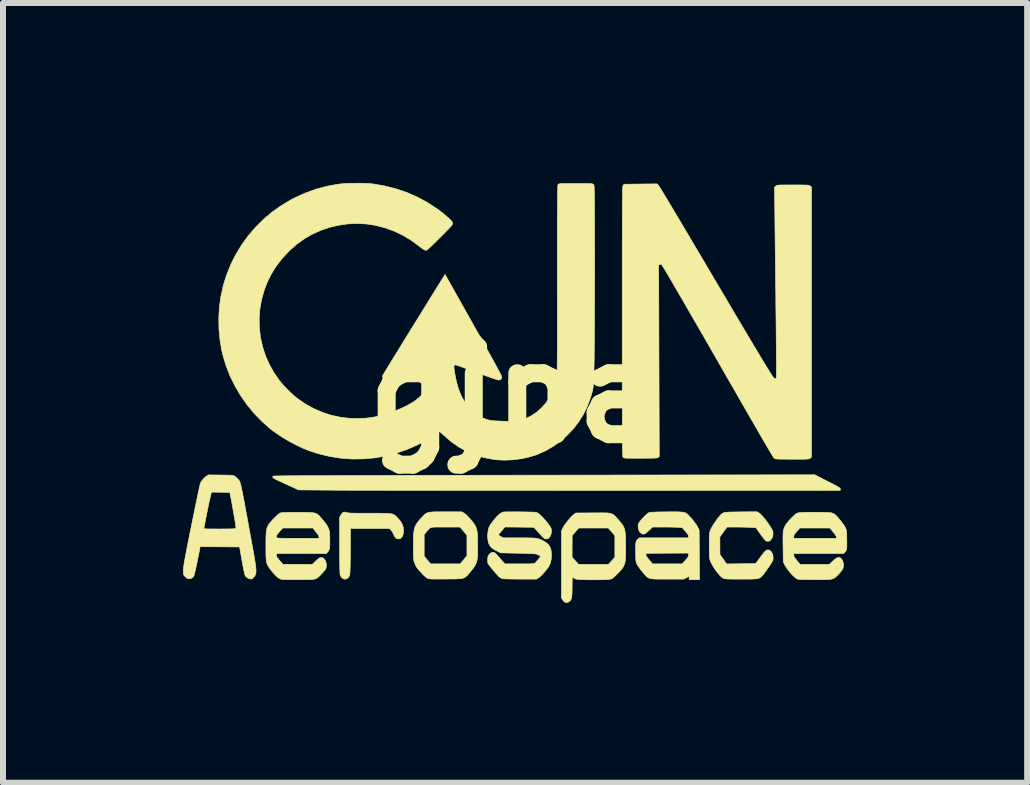
<source format=kicad_pcb>
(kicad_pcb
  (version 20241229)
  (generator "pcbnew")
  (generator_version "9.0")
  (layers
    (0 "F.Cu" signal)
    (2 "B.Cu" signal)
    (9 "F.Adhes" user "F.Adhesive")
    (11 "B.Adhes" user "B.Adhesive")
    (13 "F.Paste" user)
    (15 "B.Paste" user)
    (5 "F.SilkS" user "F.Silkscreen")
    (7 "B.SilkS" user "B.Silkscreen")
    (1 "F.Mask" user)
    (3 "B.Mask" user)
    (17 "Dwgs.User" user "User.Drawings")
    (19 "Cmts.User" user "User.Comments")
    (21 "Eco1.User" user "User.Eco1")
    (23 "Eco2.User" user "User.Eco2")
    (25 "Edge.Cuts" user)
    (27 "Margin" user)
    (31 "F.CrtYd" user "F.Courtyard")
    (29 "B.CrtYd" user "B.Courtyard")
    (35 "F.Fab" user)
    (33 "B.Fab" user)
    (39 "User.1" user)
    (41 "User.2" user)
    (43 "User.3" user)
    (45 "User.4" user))
  (footprint "gjna"
    (layer "F.Cu")
    (at 5.537 3.499)
    (property "Reference" "gjna" (at 0 0 0) (layer "F.SilkS") (effects (font (size 1.524 1.524) (thickness 0.3))))
    (attr through_hole)
    (fp_poly (pts (xy -2.807 1.994) (xy -2.797 1.998) (xy -2.784 2) (xy -2.765 2.002) (xy -2.741 2.004) (xy -2.709 2.005) (xy -2.667 2.006) (xy -2.615 2.007) (xy -2.55 2.007) (xy -2.472 2.007) (xy -2.419 2.007) (xy -2.33 2.007) (xy -2.255 2.007) (xy -2.194 2.008) (xy -2.144 2.009) (xy -2.105 2.011) (xy -2.073 2.015) (xy -2.048 2.019) (xy -2.028 2.026) (xy -2.012 2.035) (xy -1.997 2.047) (xy -1.982 2.061) (xy -1.966 2.078) (xy -1.953 2.091) (xy -1.91 2.141) (xy -1.882 2.19) (xy -1.865 2.241) (xy -1.86 2.297) (xy -1.861 2.321) (xy -1.869 2.366) (xy -1.885 2.401) (xy -1.908 2.425) (xy -1.935 2.435) (xy -1.967 2.431) (xy -1.976 2.427) (xy -1.993 2.415) (xy -2.007 2.397) (xy -2.021 2.368) (xy -2.024 2.361) (xy -2.041 2.327) (xy -2.06 2.298) (xy -2.071 2.285) (xy -2.098 2.261) (xy -2.744 2.261) (xy -2.746 2.64) (xy -2.747 2.731) (xy -2.748 2.806) (xy -2.749 2.868) (xy -2.75 2.918) (xy -2.751 2.958) (xy -2.752 2.988) (xy -2.754 3.011) (xy -2.756 3.028) (xy -2.759 3.04) (xy -2.762 3.049) (xy -2.762 3.049) (xy -2.783 3.081) (xy -2.81 3.1) (xy -2.839 3.106) (xy -2.868 3.097) (xy -2.886 3.083) (xy -2.903 3.061) (xy -2.916 3.039) (xy -2.916 3.037) (xy -2.919 3.023) (xy -2.92 2.992) (xy -2.922 2.945) (xy -2.923 2.882) (xy -2.924 2.803) (xy -2.925 2.707) (xy -2.925 2.596) (xy -2.925 2.545) (xy -2.925 2.076) (xy -2.907 2.04) (xy -2.885 2.007) (xy -2.861 1.99) (xy -2.831 1.988) (xy -2.807 1.994)) (stroke (width 0.01) (type solid)) (fill yes) (layer "F.SilkS"))
    (fp_poly (pts (xy 5.21 1.476) (xy 5.272 1.507) (xy 5.32 1.533) (xy 5.357 1.552) (xy 5.384 1.568) (xy 5.403 1.579) (xy 5.414 1.588) (xy 5.42 1.595) (xy 5.422 1.602) (xy 5.422 1.606) (xy 5.42 1.626) (xy 1.495 1.627) (xy 1.237 1.627) (xy 0.981 1.627) (xy 0.726 1.627) (xy 0.475 1.626) (xy 0.228 1.626) (xy -0.015 1.626) (xy -0.253 1.626) (xy -0.486 1.626) (xy -0.713 1.626) (xy -0.933 1.626) (xy -1.146 1.626) (xy -1.35 1.625) (xy -1.547 1.625) (xy -1.734 1.625) (xy -1.912 1.625) (xy -2.079 1.625) (xy -2.235 1.624) (xy -2.38 1.624) (xy -2.512 1.624) (xy -2.632 1.624) (xy -2.739 1.624) (xy -2.831 1.623) (xy -2.909 1.623) (xy -2.972 1.623) (xy -3.019 1.622) (xy -3.019 1.622) (xy -3.609 1.618) (xy -3.79 1.535) (xy -3.859 1.503) (xy -3.915 1.478) (xy -3.958 1.457) (xy -3.991 1.441) (xy -4.014 1.429) (xy -4.029 1.419) (xy -4.037 1.411) (xy -4.04 1.404) (xy -4.039 1.398) (xy -4.035 1.391) (xy -4.033 1.388) (xy -4.029 1.387) (xy -4.015 1.386) (xy -3.994 1.385) (xy -3.963 1.385) (xy -3.922 1.384) (xy -3.872 1.384) (xy -3.813 1.383) (xy -3.743 1.382) (xy -3.662 1.382) (xy -3.571 1.381) (xy -3.469 1.381) (xy -3.355 1.38) (xy -3.23 1.38) (xy -3.093 1.379) (xy -2.943 1.379) (xy -2.782 1.378) (xy -2.607 1.378) (xy -2.419 1.377) (xy -2.218 1.377) (xy -2.004 1.376) (xy -1.775 1.376) (xy -1.533 1.375) (xy -1.276 1.375) (xy -1.004 1.374) (xy -0.717 1.374) (xy -0.415 1.373) (xy -0.097 1.373) (xy 0.237 1.372) (xy 0.484 1.372) (xy 4.996 1.366) (xy 5.21 1.476)) (stroke (width 0.01) (type solid)) (fill yes) (layer "F.SilkS"))
    (fp_poly (pts (xy 1.496 2.001) (xy 1.539 2.002) (xy 1.573 2.006) (xy 1.6 2.012) (xy 1.623 2.021) (xy 1.642 2.033) (xy 1.661 2.049) (xy 1.68 2.07) (xy 1.703 2.096) (xy 1.719 2.114) (xy 1.751 2.151) (xy 1.777 2.183) (xy 1.798 2.214) (xy 1.814 2.244) (xy 1.825 2.276) (xy 1.833 2.314) (xy 1.839 2.358) (xy 1.842 2.411) (xy 1.843 2.476) (xy 1.844 2.554) (xy 1.844 2.569) (xy 1.843 2.642) (xy 1.843 2.7) (xy 1.841 2.747) (xy 1.838 2.785) (xy 1.834 2.815) (xy 1.828 2.841) (xy 1.82 2.864) (xy 1.809 2.888) (xy 1.8 2.905) (xy 1.787 2.925) (xy 1.765 2.952) (xy 1.737 2.983) (xy 1.706 3.016) (xy 1.674 3.047) (xy 1.646 3.073) (xy 1.624 3.091) (xy 1.615 3.096) (xy 1.602 3.102) (xy 1.584 3.106) (xy 1.56 3.109) (xy 1.527 3.112) (xy 1.483 3.114) (xy 1.434 3.115) (xy 1.372 3.116) (xy 1.304 3.116) (xy 1.235 3.116) (xy 1.173 3.115) (xy 1.147 3.114) (xy 1.096 3.112) (xy 1.059 3.11) (xy 1.032 3.108) (xy 1.014 3.104) (xy 1 3.1) (xy 0.989 3.093) (xy 0.986 3.091) (xy 0.968 3.079) (xy 0.957 3.073) (xy 0.955 3.073) (xy 0.954 3.08) (xy 0.952 3.102) (xy 0.951 3.135) (xy 0.951 3.177) (xy 0.95 3.225) (xy 0.95 3.23) (xy 0.95 3.282) (xy 0.949 3.329) (xy 0.947 3.37) (xy 0.944 3.401) (xy 0.942 3.419) (xy 0.926 3.455) (xy 0.902 3.48) (xy 0.874 3.494) (xy 0.844 3.494) (xy 0.829 3.489) (xy 0.813 3.476) (xy 0.796 3.456) (xy 0.793 3.45) (xy 0.774 3.421) (xy 0.774 2.741) (xy 0.95 2.741) (xy 1.004 2.8) (xy 1.058 2.86) (xy 1.555 2.86) (xy 1.609 2.801) (xy 1.663 2.743) (xy 1.663 2.379) (xy 1.553 2.253) (xy 1.059 2.253) (xy 0.951 2.38) (xy 0.95 2.741) (xy 0.774 2.741) (xy 0.774 2.298) (xy 0.8 2.245) (xy 0.82 2.211) (xy 0.849 2.171) (xy 0.883 2.128) (xy 0.919 2.086) (xy 0.953 2.051) (xy 0.978 2.029) (xy 1.009 2.003) (xy 1.297 2.001) (xy 1.378 2.001) (xy 1.443 2) (xy 1.496 2.001)) (stroke (width 0.01) (type solid)) (fill yes) (layer "F.SilkS"))
    (fp_poly (pts (xy -0.853 2.004) (xy -0.83 2.021) (xy -0.801 2.045) (xy -0.774 2.074) (xy -0.768 2.08) (xy -0.73 2.125) (xy -0.699 2.163) (xy -0.676 2.196) (xy -0.658 2.227) (xy -0.645 2.26) (xy -0.636 2.295) (xy -0.63 2.337) (xy -0.627 2.388) (xy -0.625 2.45) (xy -0.624 2.51) (xy -0.623 2.592) (xy -0.624 2.661) (xy -0.626 2.717) (xy -0.631 2.764) (xy -0.638 2.804) (xy -0.649 2.839) (xy -0.665 2.872) (xy -0.685 2.904) (xy -0.71 2.938) (xy -0.74 2.976) (xy -0.766 3.008) (xy -0.788 3.033) (xy -0.808 3.054) (xy -0.827 3.07) (xy -0.849 3.082) (xy -0.874 3.091) (xy -0.905 3.096) (xy -0.943 3.1) (xy -0.992 3.102) (xy -1.052 3.103) (xy -1.126 3.103) (xy -1.155 3.104) (xy -1.23 3.104) (xy -1.29 3.104) (xy -1.337 3.104) (xy -1.373 3.104) (xy -1.401 3.103) (xy -1.421 3.101) (xy -1.436 3.099) (xy -1.448 3.096) (xy -1.458 3.092) (xy -1.465 3.088) (xy -1.487 3.073) (xy -1.516 3.047) (xy -1.55 3.014) (xy -1.566 2.996) (xy -1.599 2.959) (xy -1.623 2.931) (xy -1.64 2.908) (xy -1.652 2.889) (xy -1.662 2.868) (xy -1.672 2.844) (xy -1.677 2.83) (xy -1.683 2.813) (xy -1.687 2.798) (xy -1.69 2.781) (xy -1.693 2.76) (xy -1.694 2.733) (xy -1.695 2.698) (xy -1.696 2.653) (xy -1.696 2.595) (xy -1.696 2.558) (xy -1.696 2.474) (xy -1.694 2.405) (xy -1.692 2.36) (xy -1.516 2.36) (xy -1.516 2.542) (xy -1.516 2.724) (xy -1.408 2.851) (xy -0.918 2.851) (xy -0.894 2.825) (xy -0.875 2.803) (xy -0.852 2.776) (xy -0.837 2.757) (xy -0.803 2.716) (xy -0.803 2.374) (xy -0.861 2.305) (xy -0.918 2.237) (xy -1.159 2.237) (xy -1.229 2.237) (xy -1.285 2.237) (xy -1.328 2.237) (xy -1.361 2.239) (xy -1.387 2.242) (xy -1.406 2.248) (xy -1.422 2.256) (xy -1.436 2.268) (xy -1.45 2.284) (xy -1.467 2.303) (xy -1.478 2.317) (xy -1.516 2.36) (xy -1.692 2.36) (xy -1.691 2.347) (xy -1.685 2.299) (xy -1.677 2.259) (xy -1.664 2.223) (xy -1.648 2.191) (xy -1.626 2.159) (xy -1.599 2.125) (xy -1.565 2.088) (xy -1.558 2.08) (xy -1.535 2.055) (xy -1.515 2.035) (xy -1.496 2.019) (xy -1.477 2.006) (xy -1.455 1.997) (xy -1.429 1.991) (xy -1.396 1.987) (xy -1.354 1.984) (xy -1.302 1.983) (xy -1.237 1.983) (xy -1.16 1.983) (xy -0.891 1.983) (xy -0.853 2.004)) (stroke (width 0.01) (type solid)) (fill yes) (layer "F.SilkS"))
    (fp_poly (pts (xy 2.717 1.984) (xy 2.759 1.986) (xy 2.792 1.989) (xy 2.817 1.994) (xy 2.838 2) (xy 2.855 2.009) (xy 2.87 2.021) (xy 2.885 2.035) (xy 2.893 2.043) (xy 2.932 2.084) (xy 2.97 2.13) (xy 3.004 2.175) (xy 3.032 2.216) (xy 3.046 2.243) (xy 3.068 2.29) (xy 3.071 2.702) (xy 3.074 3.114) (xy 2.901 3.114) (xy 2.901 3.056) (xy 2.857 3.081) (xy 2.813 3.105) (xy 2.54 3.105) (xy 2.46 3.105) (xy 2.395 3.105) (xy 2.342 3.104) (xy 2.3 3.102) (xy 2.266 3.097) (xy 2.239 3.09) (xy 2.217 3.081) (xy 2.197 3.067) (xy 2.179 3.049) (xy 2.159 3.027) (xy 2.136 2.999) (xy 2.126 2.988) (xy 2.097 2.952) (xy 2.07 2.916) (xy 2.048 2.884) (xy 2.034 2.86) (xy 2.034 2.86) (xy 2.026 2.843) (xy 2.02 2.828) (xy 2.016 2.812) (xy 2.013 2.791) (xy 2.011 2.763) (xy 2.01 2.725) (xy 2.01 2.697) (xy 2.181 2.697) (xy 2.183 2.71) (xy 2.191 2.728) (xy 2.209 2.753) (xy 2.234 2.784) (xy 2.29 2.851) (xy 2.537 2.851) (xy 2.784 2.851) (xy 2.838 2.792) (xy 2.864 2.763) (xy 2.88 2.742) (xy 2.889 2.725) (xy 2.892 2.709) (xy 2.892 2.702) (xy 2.892 2.671) (xy 2.538 2.673) (xy 2.184 2.675) (xy 2.181 2.697) (xy 2.01 2.697) (xy 2.009 2.674) (xy 2.009 2.66) (xy 2.008 2.599) (xy 2.009 2.552) (xy 2.011 2.517) (xy 2.015 2.491) (xy 2.021 2.472) (xy 2.031 2.456) (xy 2.044 2.443) (xy 2.05 2.437) (xy 2.074 2.417) (xy 2.892 2.417) (xy 2.892 2.394) (xy 2.888 2.377) (xy 2.875 2.354) (xy 2.851 2.323) (xy 2.84 2.309) (xy 2.787 2.248) (xy 2.724 2.242) (xy 2.696 2.241) (xy 2.656 2.239) (xy 2.607 2.238) (xy 2.551 2.237) (xy 2.493 2.237) (xy 2.477 2.237) (xy 2.293 2.237) (xy 2.234 2.291) (xy 2.2 2.321) (xy 2.174 2.341) (xy 2.154 2.352) (xy 2.136 2.355) (xy 2.119 2.351) (xy 2.11 2.347) (xy 2.083 2.326) (xy 2.064 2.294) (xy 2.052 2.255) (xy 2.051 2.213) (xy 2.057 2.182) (xy 2.067 2.163) (xy 2.087 2.136) (xy 2.114 2.104) (xy 2.143 2.072) (xy 2.174 2.042) (xy 2.201 2.017) (xy 2.223 2.001) (xy 2.225 2.001) (xy 2.233 1.997) (xy 2.245 1.994) (xy 2.263 1.991) (xy 2.287 1.989) (xy 2.32 1.988) (xy 2.364 1.986) (xy 2.42 1.985) (xy 2.49 1.985) (xy 2.519 1.984) (xy 2.599 1.983) (xy 2.664 1.983) (xy 2.717 1.984)) (stroke (width 0.01) (type solid)) (fill yes) (layer "F.SilkS"))
    (fp_poly (pts (xy 4.068 2.003) (xy 4.09 2.02) (xy 4.117 2.048) (xy 4.148 2.084) (xy 4.181 2.125) (xy 4.213 2.169) (xy 4.243 2.212) (xy 4.269 2.252) (xy 4.287 2.286) (xy 4.297 2.312) (xy 4.298 2.315) (xy 4.3 2.355) (xy 4.294 2.394) (xy 4.279 2.429) (xy 4.259 2.456) (xy 4.235 2.472) (xy 4.219 2.474) (xy 4.195 2.472) (xy 4.179 2.466) (xy 4.169 2.457) (xy 4.152 2.437) (xy 4.13 2.408) (xy 4.104 2.374) (xy 4.089 2.353) (xy 4.014 2.248) (xy 3.915 2.242) (xy 3.871 2.24) (xy 3.816 2.239) (xy 3.757 2.238) (xy 3.698 2.237) (xy 3.674 2.237) (xy 3.532 2.237) (xy 3.501 2.28) (xy 3.478 2.311) (xy 3.454 2.344) (xy 3.441 2.363) (xy 3.413 2.403) (xy 3.414 2.549) (xy 3.415 2.695) (xy 3.525 2.852) (xy 3.767 2.849) (xy 4.01 2.847) (xy 4.047 2.797) (xy 4.071 2.764) (xy 4.099 2.726) (xy 4.125 2.691) (xy 4.125 2.691) (xy 4.147 2.663) (xy 4.169 2.64) (xy 4.187 2.625) (xy 4.19 2.623) (xy 4.218 2.617) (xy 4.245 2.626) (xy 4.269 2.647) (xy 4.287 2.678) (xy 4.299 2.716) (xy 4.301 2.75) (xy 4.3 2.772) (xy 4.296 2.791) (xy 4.286 2.813) (xy 4.27 2.841) (xy 4.26 2.856) (xy 4.236 2.892) (xy 4.206 2.934) (xy 4.177 2.976) (xy 4.162 2.996) (xy 4.142 3.023) (xy 4.124 3.046) (xy 4.107 3.064) (xy 4.09 3.078) (xy 4.069 3.088) (xy 4.044 3.096) (xy 4.013 3.101) (xy 3.973 3.103) (xy 3.923 3.105) (xy 3.86 3.105) (xy 3.784 3.105) (xy 3.764 3.105) (xy 3.69 3.105) (xy 3.631 3.105) (xy 3.584 3.104) (xy 3.548 3.103) (xy 3.521 3.102) (xy 3.501 3.1) (xy 3.487 3.097) (xy 3.476 3.094) (xy 3.466 3.09) (xy 3.464 3.088) (xy 3.441 3.071) (xy 3.413 3.043) (xy 3.381 3.006) (xy 3.348 2.963) (xy 3.317 2.918) (xy 3.289 2.873) (xy 3.267 2.832) (xy 3.255 2.805) (xy 3.249 2.787) (xy 3.245 2.771) (xy 3.242 2.753) (xy 3.239 2.731) (xy 3.238 2.702) (xy 3.237 2.664) (xy 3.237 2.615) (xy 3.236 2.552) (xy 3.236 2.551) (xy 3.237 2.483) (xy 3.237 2.429) (xy 3.239 2.388) (xy 3.241 2.355) (xy 3.244 2.33) (xy 3.248 2.311) (xy 3.25 2.305) (xy 3.261 2.277) (xy 3.28 2.24) (xy 3.306 2.197) (xy 3.335 2.152) (xy 3.366 2.108) (xy 3.395 2.07) (xy 3.409 2.054) (xy 3.424 2.037) (xy 3.438 2.023) (xy 3.451 2.011) (xy 3.467 2.003) (xy 3.486 1.996) (xy 3.511 1.992) (xy 3.544 1.989) (xy 3.586 1.987) (xy 3.639 1.986) (xy 3.706 1.985) (xy 3.763 1.984) (xy 4.032 1.982) (xy 4.068 2.003)) (stroke (width 0.01) (type solid)) (fill yes) (layer "F.SilkS"))
    (fp_poly (pts (xy 5.053 1.991) (xy 5.111 1.992) (xy 5.165 1.993) (xy 5.211 1.995) (xy 5.247 1.997) (xy 5.269 1.999) (xy 5.273 2) (xy 5.3 2.01) (xy 5.325 2.023) (xy 5.328 2.025) (xy 5.347 2.042) (xy 5.373 2.07) (xy 5.403 2.104) (xy 5.433 2.141) (xy 5.462 2.179) (xy 5.486 2.213) (xy 5.502 2.24) (xy 5.505 2.245) (xy 5.513 2.263) (xy 5.519 2.279) (xy 5.523 2.298) (xy 5.525 2.321) (xy 5.527 2.353) (xy 5.529 2.397) (xy 5.529 2.432) (xy 5.53 2.493) (xy 5.53 2.54) (xy 5.529 2.575) (xy 5.525 2.602) (xy 5.52 2.621) (xy 5.512 2.637) (xy 5.502 2.65) (xy 5.498 2.654) (xy 5.475 2.679) (xy 4.646 2.679) (xy 4.646 2.707) (xy 4.648 2.723) (xy 4.656 2.741) (xy 4.672 2.763) (xy 4.697 2.794) (xy 4.699 2.797) (xy 4.753 2.86) (xy 5.237 2.86) (xy 5.299 2.802) (xy 5.335 2.772) (xy 5.362 2.753) (xy 5.385 2.745) (xy 5.406 2.746) (xy 5.425 2.753) (xy 5.443 2.77) (xy 5.459 2.798) (xy 5.47 2.831) (xy 5.475 2.865) (xy 5.475 2.867) (xy 5.472 2.901) (xy 5.463 2.932) (xy 5.444 2.963) (xy 5.415 2.998) (xy 5.394 3.02) (xy 5.371 3.044) (xy 5.352 3.064) (xy 5.333 3.079) (xy 5.314 3.091) (xy 5.293 3.1) (xy 5.267 3.106) (xy 5.235 3.11) (xy 5.194 3.112) (xy 5.142 3.113) (xy 5.079 3.114) (xy 5.001 3.113) (xy 4.996 3.113) (xy 4.92 3.113) (xy 4.859 3.113) (xy 4.81 3.112) (xy 4.772 3.111) (xy 4.745 3.11) (xy 4.724 3.108) (xy 4.71 3.105) (xy 4.701 3.102) (xy 4.699 3.101) (xy 4.671 3.082) (xy 4.638 3.052) (xy 4.601 3.014) (xy 4.566 2.972) (xy 4.533 2.929) (xy 4.506 2.888) (xy 4.492 2.862) (xy 4.47 2.814) (xy 4.467 2.564) (xy 4.466 2.492) (xy 4.466 2.435) (xy 4.466 2.396) (xy 4.646 2.396) (xy 4.646 2.425) (xy 5.359 2.425) (xy 5.359 2.406) (xy 5.353 2.391) (xy 5.338 2.367) (xy 5.316 2.336) (xy 5.303 2.32) (xy 5.248 2.253) (xy 4.998 2.253) (xy 4.747 2.253) (xy 4.697 2.31) (xy 4.672 2.339) (xy 4.656 2.36) (xy 4.648 2.377) (xy 4.646 2.394) (xy 4.646 2.396) (xy 4.466 2.396) (xy 4.466 2.391) (xy 4.467 2.356) (xy 4.468 2.33) (xy 4.47 2.309) (xy 4.473 2.293) (xy 4.477 2.279) (xy 4.481 2.265) (xy 4.494 2.232) (xy 4.51 2.202) (xy 4.532 2.171) (xy 4.56 2.137) (xy 4.598 2.096) (xy 4.613 2.081) (xy 4.645 2.049) (xy 4.669 2.027) (xy 4.688 2.013) (xy 4.706 2.005) (xy 4.721 2) (xy 4.741 1.998) (xy 4.775 1.995) (xy 4.819 1.993) (xy 4.872 1.992) (xy 4.93 1.991) (xy 4.991 1.991) (xy 5.053 1.991)) (stroke (width 0.01) (type solid)) (fill yes) (layer "F.SilkS"))
    (fp_poly (pts (xy -3.636 1.992) (xy -3.602 1.993) (xy -3.526 1.993) (xy -3.464 1.994) (xy -3.414 1.996) (xy -3.375 1.998) (xy -3.344 2.003) (xy -3.32 2.01) (xy -3.299 2.02) (xy -3.282 2.033) (xy -3.264 2.05) (xy -3.245 2.072) (xy -3.222 2.1) (xy -3.222 2.1) (xy -3.18 2.15) (xy -3.148 2.192) (xy -3.125 2.229) (xy -3.109 2.264) (xy -3.098 2.3) (xy -3.092 2.342) (xy -3.09 2.393) (xy -3.089 2.455) (xy -3.089 2.458) (xy -3.089 2.515) (xy -3.091 2.558) (xy -3.095 2.59) (xy -3.1 2.614) (xy -3.109 2.633) (xy -3.121 2.649) (xy -3.128 2.657) (xy -3.149 2.679) (xy -3.972 2.679) (xy -3.977 2.7) (xy -3.98 2.711) (xy -3.979 2.722) (xy -3.974 2.734) (xy -3.963 2.75) (xy -3.943 2.773) (xy -3.921 2.8) (xy -3.871 2.858) (xy -3.382 2.86) (xy -3.321 2.802) (xy -3.29 2.775) (xy -3.268 2.757) (xy -3.251 2.748) (xy -3.236 2.745) (xy -3.233 2.745) (xy -3.203 2.752) (xy -3.178 2.774) (xy -3.159 2.806) (xy -3.148 2.846) (xy -3.146 2.871) (xy -3.148 2.899) (xy -3.153 2.923) (xy -3.165 2.946) (xy -3.185 2.972) (xy -3.214 3.005) (xy -3.226 3.017) (xy -3.25 3.042) (xy -3.271 3.062) (xy -3.289 3.078) (xy -3.307 3.09) (xy -3.328 3.099) (xy -3.353 3.106) (xy -3.384 3.11) (xy -3.423 3.112) (xy -3.472 3.113) (xy -3.533 3.113) (xy -3.609 3.113) (xy -3.623 3.113) (xy -3.697 3.113) (xy -3.757 3.113) (xy -3.804 3.112) (xy -3.84 3.111) (xy -3.867 3.11) (xy -3.887 3.108) (xy -3.902 3.106) (xy -3.914 3.102) (xy -3.924 3.098) (xy -3.931 3.094) (xy -3.955 3.078) (xy -3.985 3.051) (xy -4.018 3.016) (xy -4.051 2.978) (xy -4.083 2.938) (xy -4.1 2.913) (xy -4.115 2.89) (xy -4.126 2.869) (xy -4.136 2.847) (xy -4.142 2.824) (xy -4.147 2.795) (xy -4.151 2.76) (xy -4.153 2.716) (xy -4.154 2.661) (xy -4.154 2.592) (xy -4.154 2.552) (xy -4.154 2.471) (xy -4.153 2.404) (xy -4.153 2.399) (xy -3.981 2.399) (xy -3.977 2.412) (xy -3.974 2.415) (xy -3.968 2.418) (xy -3.957 2.42) (xy -3.94 2.422) (xy -3.915 2.423) (xy -3.88 2.424) (xy -3.835 2.425) (xy -3.778 2.425) (xy -3.707 2.425) (xy -3.622 2.425) (xy -3.269 2.425) (xy -3.269 2.403) (xy -3.275 2.383) (xy -3.291 2.355) (xy -3.32 2.318) (xy -3.32 2.317) (xy -3.372 2.253) (xy -3.623 2.253) (xy -3.874 2.253) (xy -3.928 2.314) (xy -3.955 2.345) (xy -3.971 2.367) (xy -3.98 2.384) (xy -3.981 2.399) (xy -4.153 2.399) (xy -4.151 2.349) (xy -4.146 2.304) (xy -4.139 2.266) (xy -4.128 2.233) (xy -4.113 2.203) (xy -4.093 2.174) (xy -4.067 2.144) (xy -4.036 2.11) (xy -4.008 2.082) (xy -3.975 2.049) (xy -3.95 2.026) (xy -3.93 2.011) (xy -3.911 2.002) (xy -3.901 1.999) (xy -3.88 1.996) (xy -3.843 1.994) (xy -3.79 1.993) (xy -3.722 1.992) (xy -3.636 1.992)) (stroke (width 0.01) (type solid)) (fill yes) (layer "F.SilkS"))
    (fp_poly (pts (xy -0.001 1.984) (xy 0.062 1.984) (xy 0.091 1.984) (xy 0.163 1.985) (xy 0.221 1.986) (xy 0.267 1.987) (xy 0.301 1.988) (xy 0.327 1.99) (xy 0.346 1.992) (xy 0.36 1.995) (xy 0.37 1.999) (xy 0.377 2.002) (xy 0.399 2.018) (xy 0.427 2.043) (xy 0.459 2.076) (xy 0.492 2.113) (xy 0.525 2.151) (xy 0.555 2.189) (xy 0.579 2.223) (xy 0.596 2.251) (xy 0.603 2.268) (xy 0.606 2.31) (xy 0.6 2.351) (xy 0.586 2.388) (xy 0.566 2.416) (xy 0.552 2.426) (xy 0.528 2.435) (xy 0.507 2.435) (xy 0.485 2.425) (xy 0.459 2.402) (xy 0.438 2.379) (xy 0.41 2.348) (xy 0.381 2.315) (xy 0.355 2.287) (xy 0.351 2.282) (xy 0.312 2.241) (xy 0.071 2.238) (xy -0.17 2.236) (xy -0.224 2.3) (xy -0.247 2.327) (xy -0.265 2.349) (xy -0.276 2.364) (xy -0.278 2.369) (xy -0.272 2.375) (xy -0.255 2.386) (xy -0.239 2.395) (xy -0.199 2.417) (xy 0.071 2.417) (xy 0.149 2.417) (xy 0.213 2.418) (xy 0.264 2.419) (xy 0.306 2.42) (xy 0.34 2.423) (xy 0.367 2.428) (xy 0.392 2.434) (xy 0.414 2.442) (xy 0.437 2.452) (xy 0.463 2.464) (xy 0.473 2.469) (xy 0.524 2.501) (xy 0.562 2.538) (xy 0.587 2.582) (xy 0.602 2.637) (xy 0.606 2.703) (xy 0.606 2.703) (xy 0.602 2.773) (xy 0.588 2.836) (xy 0.566 2.888) (xy 0.557 2.902) (xy 0.529 2.938) (xy 0.498 2.977) (xy 0.466 3.013) (xy 0.435 3.046) (xy 0.408 3.071) (xy 0.389 3.085) (xy 0.355 3.105) (xy 0.077 3.105) (xy -0.009 3.104) (xy -0.08 3.103) (xy -0.136 3.102) (xy -0.178 3.1) (xy -0.205 3.098) (xy -0.22 3.095) (xy -0.221 3.094) (xy -0.244 3.082) (xy -0.259 3.072) (xy -0.272 3.061) (xy -0.293 3.039) (xy -0.318 3.011) (xy -0.347 2.978) (xy -0.376 2.943) (xy -0.403 2.91) (xy -0.426 2.881) (xy -0.443 2.858) (xy -0.451 2.845) (xy -0.452 2.845) (xy -0.457 2.817) (xy -0.458 2.781) (xy -0.455 2.745) (xy -0.448 2.718) (xy -0.429 2.688) (xy -0.404 2.668) (xy -0.376 2.658) (xy -0.349 2.66) (xy -0.345 2.663) (xy -0.334 2.671) (xy -0.315 2.69) (xy -0.29 2.717) (xy -0.261 2.748) (xy -0.25 2.761) (xy -0.171 2.851) (xy 0.073 2.851) (xy 0.148 2.851) (xy 0.208 2.851) (xy 0.255 2.85) (xy 0.289 2.848) (xy 0.312 2.846) (xy 0.325 2.843) (xy 0.329 2.841) (xy 0.339 2.831) (xy 0.356 2.813) (xy 0.375 2.79) (xy 0.395 2.766) (xy 0.412 2.745) (xy 0.423 2.73) (xy 0.426 2.724) (xy 0.419 2.719) (xy 0.402 2.709) (xy 0.387 2.701) (xy 0.376 2.695) (xy 0.366 2.691) (xy 0.353 2.688) (xy 0.337 2.685) (xy 0.316 2.683) (xy 0.288 2.681) (xy 0.25 2.679) (xy 0.202 2.678) (xy 0.142 2.676) (xy 0.067 2.674) (xy 0.052 2.674) (xy -0.243 2.667) (xy -0.307 2.634) (xy -0.356 2.607) (xy -0.392 2.58) (xy -0.418 2.55) (xy -0.437 2.516) (xy -0.437 2.516) (xy -0.45 2.472) (xy -0.457 2.418) (xy -0.457 2.36) (xy -0.451 2.303) (xy -0.439 2.252) (xy -0.428 2.225) (xy -0.418 2.209) (xy -0.401 2.183) (xy -0.378 2.152) (xy -0.352 2.119) (xy -0.352 2.118) (xy -0.307 2.065) (xy -0.268 2.027) (xy -0.232 2.001) (xy -0.198 1.987) (xy -0.193 1.986) (xy -0.178 1.985) (xy -0.15 1.984) (xy -0.109 1.984) (xy -0.059 1.984) (xy -0.001 1.984)) (stroke (width 0.01) (type solid)) (fill yes) (layer "F.SilkS"))
    (fp_poly (pts (xy -4.906 1.37) (xy -4.842 1.371) (xy -4.793 1.372) (xy -4.755 1.373) (xy -4.728 1.374) (xy -4.708 1.376) (xy -4.694 1.379) (xy -4.684 1.383) (xy -4.674 1.389) (xy -4.668 1.393) (xy -4.646 1.411) (xy -4.621 1.437) (xy -4.608 1.453) (xy -4.603 1.459) (xy -4.598 1.466) (xy -4.594 1.474) (xy -4.589 1.483) (xy -4.585 1.495) (xy -4.58 1.511) (xy -4.574 1.531) (xy -4.568 1.557) (xy -4.561 1.588) (xy -4.553 1.627) (xy -4.544 1.674) (xy -4.533 1.73) (xy -4.52 1.796) (xy -4.506 1.873) (xy -4.49 1.961) (xy -4.471 2.062) (xy -4.45 2.176) (xy -4.427 2.305) (xy -4.4 2.448) (xy -4.4 2.451) (xy -4.38 2.56) (xy -4.363 2.653) (xy -4.349 2.733) (xy -4.338 2.801) (xy -4.329 2.857) (xy -4.323 2.904) (xy -4.32 2.942) (xy -4.319 2.974) (xy -4.321 2.999) (xy -4.325 3.019) (xy -4.331 3.036) (xy -4.339 3.051) (xy -4.35 3.065) (xy -4.362 3.079) (xy -4.366 3.083) (xy -4.384 3.099) (xy -4.402 3.104) (xy -4.426 3.1) (xy -4.433 3.098) (xy -4.469 3.081) (xy -4.493 3.056) (xy -4.502 3.04) (xy -4.507 3.025) (xy -4.514 2.995) (xy -4.523 2.954) (xy -4.533 2.905) (xy -4.543 2.849) (xy -4.554 2.79) (xy -4.593 2.569) (xy -5.251 2.564) (xy -5.257 2.595) (xy -5.264 2.635) (xy -5.273 2.682) (xy -5.284 2.735) (xy -5.295 2.79) (xy -5.306 2.845) (xy -5.318 2.898) (xy -5.328 2.947) (xy -5.338 2.988) (xy -5.345 3.019) (xy -5.35 3.038) (xy -5.352 3.043) (xy -5.372 3.074) (xy -5.396 3.091) (xy -5.428 3.097) (xy -5.431 3.097) (xy -5.454 3.096) (xy -5.472 3.089) (xy -5.49 3.073) (xy -5.499 3.064) (xy -5.507 3.056) (xy -5.514 3.048) (xy -5.52 3.039) (xy -5.525 3.03) (xy -5.529 3.018) (xy -5.531 3.003) (xy -5.532 2.984) (xy -5.532 2.961) (xy -5.529 2.933) (xy -5.525 2.898) (xy -5.519 2.856) (xy -5.511 2.807) (xy -5.501 2.749) (xy -5.488 2.681) (xy -5.473 2.603) (xy -5.456 2.514) (xy -5.435 2.413) (xy -5.413 2.3) (xy -5.403 2.255) (xy -5.187 2.255) (xy -5.186 2.259) (xy -5.182 2.262) (xy -5.174 2.265) (xy -5.16 2.267) (xy -5.138 2.268) (xy -5.106 2.269) (xy -5.063 2.269) (xy -5.007 2.269) (xy -4.937 2.27) (xy -4.935 2.27) (xy -4.871 2.269) (xy -4.813 2.269) (xy -4.761 2.268) (xy -4.718 2.267) (xy -4.687 2.266) (xy -4.668 2.265) (xy -4.665 2.265) (xy -4.661 2.263) (xy -4.657 2.26) (xy -4.655 2.253) (xy -4.655 2.242) (xy -4.656 2.223) (xy -4.66 2.196) (xy -4.666 2.158) (xy -4.674 2.108) (xy -4.685 2.044) (xy -4.688 2.029) (xy -4.699 1.966) (xy -4.71 1.903) (xy -4.72 1.846) (xy -4.729 1.796) (xy -4.737 1.756) (xy -4.742 1.729) (xy -4.756 1.659) (xy -4.909 1.657) (xy -5.062 1.655) (xy -5.08 1.727) (xy -5.086 1.754) (xy -5.095 1.792) (xy -5.105 1.839) (xy -5.116 1.893) (xy -5.128 1.95) (xy -5.14 2.008) (xy -5.151 2.065) (xy -5.162 2.119) (xy -5.171 2.168) (xy -5.179 2.208) (xy -5.184 2.237) (xy -5.186 2.253) (xy -5.187 2.255) (xy -5.403 2.255) (xy -5.387 2.173) (xy -5.358 2.031) (xy -5.326 1.875) (xy -5.322 1.858) (xy -5.307 1.785) (xy -5.293 1.716) (xy -5.28 1.653) (xy -5.268 1.599) (xy -5.258 1.554) (xy -5.25 1.521) (xy -5.245 1.502) (xy -5.243 1.497) (xy -5.222 1.465) (xy -5.192 1.43) (xy -5.161 1.4) (xy -5.147 1.39) (xy -5.115 1.368) (xy -4.906 1.37)) (stroke (width 0.01) (type solid)) (fill yes) (layer "F.SilkS"))
    (fp_poly (pts (xy 2.386 -3.465) (xy 2.393 -3.455) (xy 2.407 -3.433) (xy 2.429 -3.398) (xy 2.458 -3.351) (xy 2.492 -3.294) (xy 2.532 -3.228) (xy 2.578 -3.152) (xy 2.627 -3.069) (xy 2.681 -2.979) (xy 2.738 -2.883) (xy 2.798 -2.782) (xy 2.86 -2.677) (xy 2.893 -2.622) (xy 3.022 -2.403) (xy 3.144 -2.197) (xy 3.258 -2.004) (xy 3.364 -1.825) (xy 3.463 -1.657) (xy 3.555 -1.502) (xy 3.64 -1.358) (xy 3.718 -1.226) (xy 3.791 -1.104) (xy 3.857 -0.992) (xy 3.918 -0.89) (xy 3.973 -0.797) (xy 4.023 -0.714) (xy 4.068 -0.639) (xy 4.108 -0.572) (xy 4.144 -0.512) (xy 4.176 -0.46) (xy 4.204 -0.415) (xy 4.228 -0.376) (xy 4.249 -0.342) (xy 4.266 -0.315) (xy 4.281 -0.292) (xy 4.293 -0.274) (xy 4.303 -0.261) (xy 4.311 -0.251) (xy 4.316 -0.244) (xy 4.321 -0.24) (xy 4.324 -0.239) (xy 4.342 -0.241) (xy 4.352 -0.247) (xy 4.353 -0.25) (xy 4.354 -0.256) (xy 4.355 -0.267) (xy 4.355 -0.282) (xy 4.356 -0.301) (xy 4.356 -0.327) (xy 4.356 -0.359) (xy 4.356 -0.397) (xy 4.356 -0.443) (xy 4.356 -0.497) (xy 4.356 -0.56) (xy 4.355 -0.631) (xy 4.355 -0.713) (xy 4.354 -0.804) (xy 4.353 -0.907) (xy 4.352 -1.02) (xy 4.351 -1.146) (xy 4.349 -1.285) (xy 4.347 -1.436) (xy 4.346 -1.602) (xy 4.344 -1.782) (xy 4.341 -1.976) (xy 4.339 -2.186) (xy 4.337 -2.319) (xy 4.325 -3.429) (xy 4.346 -3.447) (xy 4.353 -3.452) (xy 4.359 -3.456) (xy 4.369 -3.46) (xy 4.382 -3.462) (xy 4.401 -3.464) (xy 4.428 -3.465) (xy 4.464 -3.465) (xy 4.512 -3.466) (xy 4.573 -3.466) (xy 4.633 -3.466) (xy 4.706 -3.466) (xy 4.764 -3.466) (xy 4.81 -3.465) (xy 4.844 -3.464) (xy 4.87 -3.463) (xy 4.888 -3.461) (xy 4.9 -3.459) (xy 4.909 -3.455) (xy 4.916 -3.451) (xy 4.919 -3.449) (xy 4.941 -3.432) (xy 4.941 1.07) (xy 4.922 1.088) (xy 4.916 1.093) (xy 4.91 1.097) (xy 4.901 1.1) (xy 4.888 1.102) (xy 4.869 1.104) (xy 4.842 1.105) (xy 4.806 1.106) (xy 4.758 1.106) (xy 4.698 1.106) (xy 4.623 1.106) (xy 4.62 1.106) (xy 4.539 1.106) (xy 4.473 1.105) (xy 4.421 1.105) (xy 4.381 1.103) (xy 4.353 1.102) (xy 4.335 1.099) (xy 4.325 1.097) (xy 4.324 1.096) (xy 4.322 1.094) (xy 4.318 1.09) (xy 4.314 1.084) (xy 4.309 1.076) (xy 4.302 1.066) (xy 4.293 1.051) (xy 4.281 1.033) (xy 4.268 1.011) (xy 4.251 0.983) (xy 4.231 0.949) (xy 4.208 0.91) (xy 4.181 0.863) (xy 4.15 0.81) (xy 4.114 0.749) (xy 4.074 0.679) (xy 4.029 0.601) (xy 3.978 0.513) (xy 3.922 0.415) (xy 3.859 0.307) (xy 3.79 0.187) (xy 3.715 0.056) (xy 3.633 -0.087) (xy 3.543 -0.242) (xy 3.446 -0.411) (xy 3.353 -0.574) (xy 3.245 -0.762) (xy 3.145 -0.936) (xy 3.052 -1.097) (xy 2.967 -1.244) (xy 2.889 -1.379) (xy 2.818 -1.502) (xy 2.754 -1.612) (xy 2.697 -1.711) (xy 2.646 -1.799) (xy 2.601 -1.876) (xy 2.562 -1.942) (xy 2.529 -1.998) (xy 2.501 -2.045) (xy 2.478 -2.082) (xy 2.461 -2.11) (xy 2.448 -2.129) (xy 2.44 -2.141) (xy 2.437 -2.144) (xy 2.422 -2.144) (xy 2.41 -2.139) (xy 2.393 -2.13) (xy 2.403 1.062) (xy 2.384 1.076) (xy 2.377 1.08) (xy 2.367 1.083) (xy 2.353 1.085) (xy 2.332 1.087) (xy 2.303 1.088) (xy 2.264 1.089) (xy 2.213 1.089) (xy 2.149 1.09) (xy 2.088 1.09) (xy 2.013 1.09) (xy 1.954 1.09) (xy 1.907 1.089) (xy 1.871 1.089) (xy 1.845 1.088) (xy 1.827 1.086) (xy 1.815 1.084) (xy 1.808 1.081) (xy 1.803 1.077) (xy 1.799 1.072) (xy 1.799 1.072) (xy 1.798 1.069) (xy 1.796 1.063) (xy 1.795 1.055) (xy 1.794 1.042) (xy 1.793 1.026) (xy 1.792 1.005) (xy 1.792 0.978) (xy 1.791 0.946) (xy 1.79 0.907) (xy 1.79 0.861) (xy 1.789 0.808) (xy 1.789 0.746) (xy 1.788 0.676) (xy 1.788 0.597) (xy 1.787 0.507) (xy 1.787 0.408) (xy 1.787 0.297) (xy 1.787 0.175) (xy 1.787 0.04) (xy 1.786 -0.107) (xy 1.786 -0.267) (xy 1.786 -0.441) (xy 1.786 -0.629) (xy 1.786 -0.833) (xy 1.786 -1.051) (xy 1.786 -1.193) (xy 1.786 -1.42) (xy 1.786 -1.631) (xy 1.786 -1.827) (xy 1.786 -2.008) (xy 1.786 -2.176) (xy 1.786 -2.329) (xy 1.786 -2.47) (xy 1.787 -2.598) (xy 1.787 -2.715) (xy 1.787 -2.82) (xy 1.787 -2.915) (xy 1.788 -3) (xy 1.788 -3.075) (xy 1.788 -3.141) (xy 1.789 -3.199) (xy 1.789 -3.25) (xy 1.79 -3.293) (xy 1.79 -3.329) (xy 1.791 -3.36) (xy 1.792 -3.385) (xy 1.793 -3.405) (xy 1.794 -3.421) (xy 1.795 -3.433) (xy 1.796 -3.442) (xy 1.797 -3.449) (xy 1.799 -3.453) (xy 1.8 -3.456) (xy 1.802 -3.459) (xy 1.802 -3.459) (xy 1.818 -3.478) (xy 2.091 -3.481) (xy 2.365 -3.484) (xy 2.386 -3.465)) (stroke (width 0.01) (type solid)) (fill yes) (layer "F.SilkS"))
    (fp_poly (pts (xy -2.514 -3.493) (xy -2.446 -3.49) (xy -2.389 -3.485) (xy -2.376 -3.484) (xy -2.184 -3.452) (xy -1.996 -3.405) (xy -1.814 -3.344) (xy -1.638 -3.268) (xy -1.47 -3.178) (xy -1.311 -3.075) (xy -1.261 -3.039) (xy -1.22 -3.007) (xy -1.177 -2.972) (xy -1.137 -2.938) (xy -1.105 -2.91) (xy -1.104 -2.909) (xy -1.074 -2.88) (xy -1.055 -2.86) (xy -1.045 -2.844) (xy -1.041 -2.83) (xy -1.041 -2.825) (xy -1.042 -2.817) (xy -1.046 -2.807) (xy -1.055 -2.795) (xy -1.069 -2.777) (xy -1.089 -2.755) (xy -1.117 -2.725) (xy -1.154 -2.688) (xy -1.2 -2.641) (xy -1.253 -2.588) (xy -1.31 -2.532) (xy -1.356 -2.486) (xy -1.394 -2.449) (xy -1.423 -2.422) (xy -1.446 -2.402) (xy -1.463 -2.388) (xy -1.475 -2.38) (xy -1.484 -2.377) (xy -1.488 -2.376) (xy -1.505 -2.38) (xy -1.528 -2.393) (xy -1.559 -2.415) (xy -1.59 -2.439) (xy -1.727 -2.54) (xy -1.87 -2.626) (xy -2.017 -2.696) (xy -2.168 -2.751) (xy -2.322 -2.791) (xy -2.478 -2.815) (xy -2.636 -2.824) (xy -2.796 -2.816) (xy -2.955 -2.792) (xy -3.082 -2.762) (xy -3.234 -2.711) (xy -3.376 -2.648) (xy -3.509 -2.572) (xy -3.636 -2.481) (xy -3.757 -2.375) (xy -3.768 -2.364) (xy -3.881 -2.243) (xy -3.98 -2.116) (xy -4.064 -1.981) (xy -4.134 -1.839) (xy -4.183 -1.71) (xy -4.227 -1.553) (xy -4.255 -1.394) (xy -4.267 -1.235) (xy -4.263 -1.076) (xy -4.244 -0.92) (xy -4.209 -0.766) (xy -4.16 -0.615) (xy -4.095 -0.47) (xy -4.016 -0.33) (xy -3.922 -0.196) (xy -3.906 -0.176) (xy -3.867 -0.132) (xy -3.82 -0.081) (xy -3.768 -0.029) (xy -3.714 0.022) (xy -3.663 0.067) (xy -3.62 0.101) (xy -3.489 0.19) (xy -3.35 0.266) (xy -3.205 0.328) (xy -3.056 0.375) (xy -2.905 0.408) (xy -2.752 0.425) (xy -2.744 0.425) (xy -2.615 0.428) (xy -2.496 0.423) (xy -2.38 0.409) (xy -2.265 0.386) (xy -2.146 0.353) (xy -2.02 0.309) (xy -1.894 0.257) (xy -1.784 0.203) (xy -1.688 0.146) (xy -1.607 0.084) (xy -1.539 0.017) (xy -1.484 -0.056) (xy -1.44 -0.135) (xy -1.408 -0.221) (xy -1.386 -0.315) (xy -1.38 -0.352) (xy -1.375 -0.397) (xy -1.374 -0.429) (xy -1.377 -0.451) (xy -1.385 -0.463) (xy -1.395 -0.469) (xy -1.404 -0.467) (xy -1.428 -0.46) (xy -1.464 -0.449) (xy -1.51 -0.434) (xy -1.566 -0.415) (xy -1.63 -0.393) (xy -1.7 -0.369) (xy -1.774 -0.343) (xy -1.778 -0.342) (xy -1.867 -0.311) (xy -1.942 -0.285) (xy -2.004 -0.264) (xy -2.054 -0.247) (xy -2.095 -0.235) (xy -2.126 -0.226) (xy -2.15 -0.222) (xy -2.167 -0.22) (xy -2.18 -0.222) (xy -2.189 -0.227) (xy -2.195 -0.234) (xy -2.2 -0.243) (xy -2.203 -0.249) (xy -2.21 -0.271) (xy -2.206 -0.29) (xy -2.204 -0.294) (xy -2.199 -0.303) (xy -2.185 -0.326) (xy -2.165 -0.36) (xy -2.138 -0.404) (xy -2.104 -0.459) (xy -2.066 -0.521) (xy -2.023 -0.592) (xy -1.976 -0.668) (xy -1.925 -0.75) (xy -1.872 -0.837) (xy -1.817 -0.927) (xy -1.76 -1.019) (xy -1.702 -1.112) (xy -1.644 -1.206) (xy -1.587 -1.298) (xy -1.531 -1.389) (xy -1.476 -1.477) (xy -1.424 -1.562) (xy -1.375 -1.641) (xy -1.33 -1.714) (xy -1.289 -1.78) (xy -1.252 -1.838) (xy -1.222 -1.887) (xy -1.197 -1.926) (xy -1.18 -1.954) (xy -1.17 -1.97) (xy -1.167 -1.973) (xy -1.163 -1.966) (xy -1.152 -1.945) (xy -1.133 -1.912) (xy -1.108 -1.867) (xy -1.076 -1.811) (xy -1.039 -1.746) (xy -0.998 -1.671) (xy -0.951 -1.589) (xy -0.901 -1.499) (xy -0.847 -1.403) (xy -0.79 -1.301) (xy -0.73 -1.195) (xy -0.693 -1.129) (xy -0.612 -0.985) (xy -0.539 -0.854) (xy -0.474 -0.737) (xy -0.417 -0.634) (xy -0.367 -0.544) (xy -0.325 -0.467) (xy -0.29 -0.402) (xy -0.263 -0.351) (xy -0.242 -0.311) (xy -0.229 -0.283) (xy -0.222 -0.268) (xy -0.221 -0.264) (xy -0.228 -0.237) (xy -0.246 -0.22) (xy -0.275 -0.214) (xy -0.285 -0.215) (xy -0.299 -0.219) (xy -0.326 -0.228) (xy -0.366 -0.241) (xy -0.415 -0.258) (xy -0.473 -0.279) (xy -0.537 -0.302) (xy -0.606 -0.327) (xy -0.639 -0.34) (xy -0.708 -0.365) (xy -0.774 -0.39) (xy -0.834 -0.411) (xy -0.886 -0.43) (xy -0.928 -0.446) (xy -0.96 -0.457) (xy -0.979 -0.463) (xy -0.983 -0.464) (xy -1.001 -0.466) (xy -1.012 -0.461) (xy -1.018 -0.449) (xy -1.02 -0.426) (xy -1.016 -0.392) (xy -1.009 -0.344) (xy -1.008 -0.338) (xy -0.99 -0.241) (xy -0.97 -0.157) (xy -0.949 -0.083) (xy -0.925 -0.016) (xy -0.897 0.049) (xy -0.883 0.078) (xy -0.83 0.171) (xy -0.773 0.25) (xy -0.711 0.315) (xy -0.642 0.368) (xy -0.563 0.41) (xy -0.474 0.443) (xy -0.414 0.459) (xy -0.394 0.462) (xy -0.36 0.465) (xy -0.316 0.468) (xy -0.265 0.47) (xy -0.209 0.472) (xy -0.18 0.473) (xy -0.115 0.474) (xy -0.063 0.474) (xy -0.022 0.474) (xy 0.01 0.472) (xy 0.036 0.47) (xy 0.058 0.466) (xy 0.068 0.464) (xy 0.168 0.432) (xy 0.264 0.386) (xy 0.354 0.326) (xy 0.436 0.255) (xy 0.51 0.174) (xy 0.574 0.084) (xy 0.625 -0.014) (xy 0.654 -0.09) (xy 0.664 -0.123) (xy 0.675 -0.165) (xy 0.685 -0.208) (xy 0.688 -0.221) (xy 0.69 -0.231) (xy 0.692 -0.241) (xy 0.693 -0.252) (xy 0.695 -0.264) (xy 0.696 -0.279) (xy 0.697 -0.297) (xy 0.699 -0.319) (xy 0.7 -0.345) (xy 0.7 -0.377) (xy 0.701 -0.415) (xy 0.702 -0.459) (xy 0.702 -0.511) (xy 0.703 -0.571) (xy 0.703 -0.64) (xy 0.704 -0.718) (xy 0.704 -0.807) (xy 0.704 -0.906) (xy 0.704 -1.018) (xy 0.704 -1.142) (xy 0.704 -1.278) (xy 0.704 -1.429) (xy 0.704 -1.594) (xy 0.705 -1.775) (xy 0.705 -1.881) (xy 0.705 -2.071) (xy 0.705 -2.244) (xy 0.705 -2.403) (xy 0.705 -2.547) (xy 0.705 -2.678) (xy 0.705 -2.795) (xy 0.705 -2.901) (xy 0.705 -2.994) (xy 0.706 -3.077) (xy 0.706 -3.15) (xy 0.706 -3.213) (xy 0.707 -3.267) (xy 0.708 -3.314) (xy 0.708 -3.352) (xy 0.709 -3.384) (xy 0.71 -3.41) (xy 0.711 -3.43) (xy 0.712 -3.446) (xy 0.713 -3.457) (xy 0.714 -3.465) (xy 0.716 -3.471) (xy 0.718 -3.474) (xy 0.719 -3.477) (xy 0.72 -3.477) (xy 0.725 -3.481) (xy 0.734 -3.484) (xy 0.747 -3.486) (xy 0.767 -3.488) (xy 0.795 -3.489) (xy 0.833 -3.49) (xy 0.883 -3.49) (xy 0.946 -3.49) (xy 1.013 -3.49) (xy 1.088 -3.49) (xy 1.149 -3.49) (xy 1.196 -3.49) (xy 1.232 -3.489) (xy 1.258 -3.488) (xy 1.277 -3.486) (xy 1.29 -3.484) (xy 1.298 -3.481) (xy 1.304 -3.477) (xy 1.308 -3.473) (xy 1.31 -3.47) (xy 1.312 -3.466) (xy 1.314 -3.46) (xy 1.316 -3.451) (xy 1.317 -3.439) (xy 1.318 -3.422) (xy 1.319 -3.399) (xy 1.32 -3.37) (xy 1.321 -3.334) (xy 1.322 -3.29) (xy 1.323 -3.237) (xy 1.323 -3.174) (xy 1.323 -3.101) (xy 1.324 -3.016) (xy 1.324 -2.919) (xy 1.325 -2.808) (xy 1.325 -2.684) (xy 1.325 -2.544) (xy 1.325 -2.447) (xy 1.326 -2.304) (xy 1.326 -2.155) (xy 1.326 -2.002) (xy 1.325 -1.847) (xy 1.325 -1.692) (xy 1.325 -1.54) (xy 1.324 -1.391) (xy 1.324 -1.249) (xy 1.323 -1.116) (xy 1.322 -0.992) (xy 1.321 -0.882) (xy 1.32 -0.791) (xy 1.319 -0.669) (xy 1.318 -0.562) (xy 1.316 -0.469) (xy 1.315 -0.389) (xy 1.314 -0.319) (xy 1.312 -0.26) (xy 1.31 -0.209) (xy 1.307 -0.166) (xy 1.304 -0.128) (xy 1.301 -0.096) (xy 1.296 -0.066) (xy 1.291 -0.039) (xy 1.285 -0.013) (xy 1.277 0.014) (xy 1.269 0.042) (xy 1.259 0.074) (xy 1.253 0.094) (xy 1.202 0.23) (xy 1.137 0.361) (xy 1.059 0.485) (xy 0.968 0.602) (xy 0.866 0.709) (xy 0.754 0.807) (xy 0.633 0.893) (xy 0.504 0.967) (xy 0.369 1.027) (xy 0.344 1.036) (xy 0.221 1.073) (xy 0.09 1.1) (xy -0.046 1.117) (xy -0.18 1.122) (xy -0.31 1.116) (xy -0.356 1.11) (xy -0.512 1.081) (xy -0.66 1.037) (xy -0.801 0.978) (xy -0.935 0.905) (xy -1.062 0.816) (xy -1.181 0.714) (xy -1.209 0.688) (xy -1.233 0.667) (xy -1.249 0.653) (xy -1.257 0.647) (xy -1.266 0.652) (xy -1.284 0.664) (xy -1.31 0.681) (xy -1.326 0.691) (xy -1.476 0.787) (xy -1.637 0.872) (xy -1.806 0.945) (xy -1.981 1.006) (xy -2.155 1.052) (xy -2.34 1.084) (xy -2.528 1.101) (xy -2.718 1.103) (xy -2.907 1.089) (xy -3.096 1.059) (xy -3.281 1.014) (xy -3.44 0.962) (xy -3.538 0.922) (xy -3.642 0.873) (xy -3.749 0.817) (xy -3.854 0.756) (xy -3.953 0.692) (xy -4.043 0.629) (xy -4.076 0.603) (xy -4.217 0.479) (xy -4.348 0.344) (xy -4.468 0.199) (xy -4.576 0.045) (xy -4.671 -0.117) (xy -4.753 -0.285) (xy -4.821 -0.459) (xy -4.873 -0.636) (xy -4.892 -0.717) (xy -4.921 -0.889) (xy -4.937 -1.067) (xy -4.94 -1.247) (xy -4.93 -1.425) (xy -4.907 -1.594) (xy -4.867 -1.781) (xy -4.811 -1.962) (xy -4.741 -2.137) (xy -4.657 -2.305) (xy -4.559 -2.466) (xy -4.449 -2.618) (xy -4.326 -2.761) (xy -4.193 -2.894) (xy -4.048 -3.016) (xy -3.893 -3.126) (xy -3.729 -3.223) (xy -3.671 -3.253) (xy -3.495 -3.332) (xy -3.317 -3.396) (xy -3.134 -3.445) (xy -2.946 -3.479) (xy -2.941 -3.479) (xy -2.888 -3.485) (xy -2.822 -3.49) (xy -2.748 -3.492) (xy -2.669 -3.494) (xy -2.59 -3.494) (xy -2.514 -3.493)) (stroke (width 0.01) (type solid)) (fill yes) (layer "F.SilkS")))
  (gr_rect
    (start -3 -3)
    (end 14.073 9.998)
    (stroke (width 0.1) (type default))
    (fill no)
    (layer "Edge.Cuts")))
</source>
